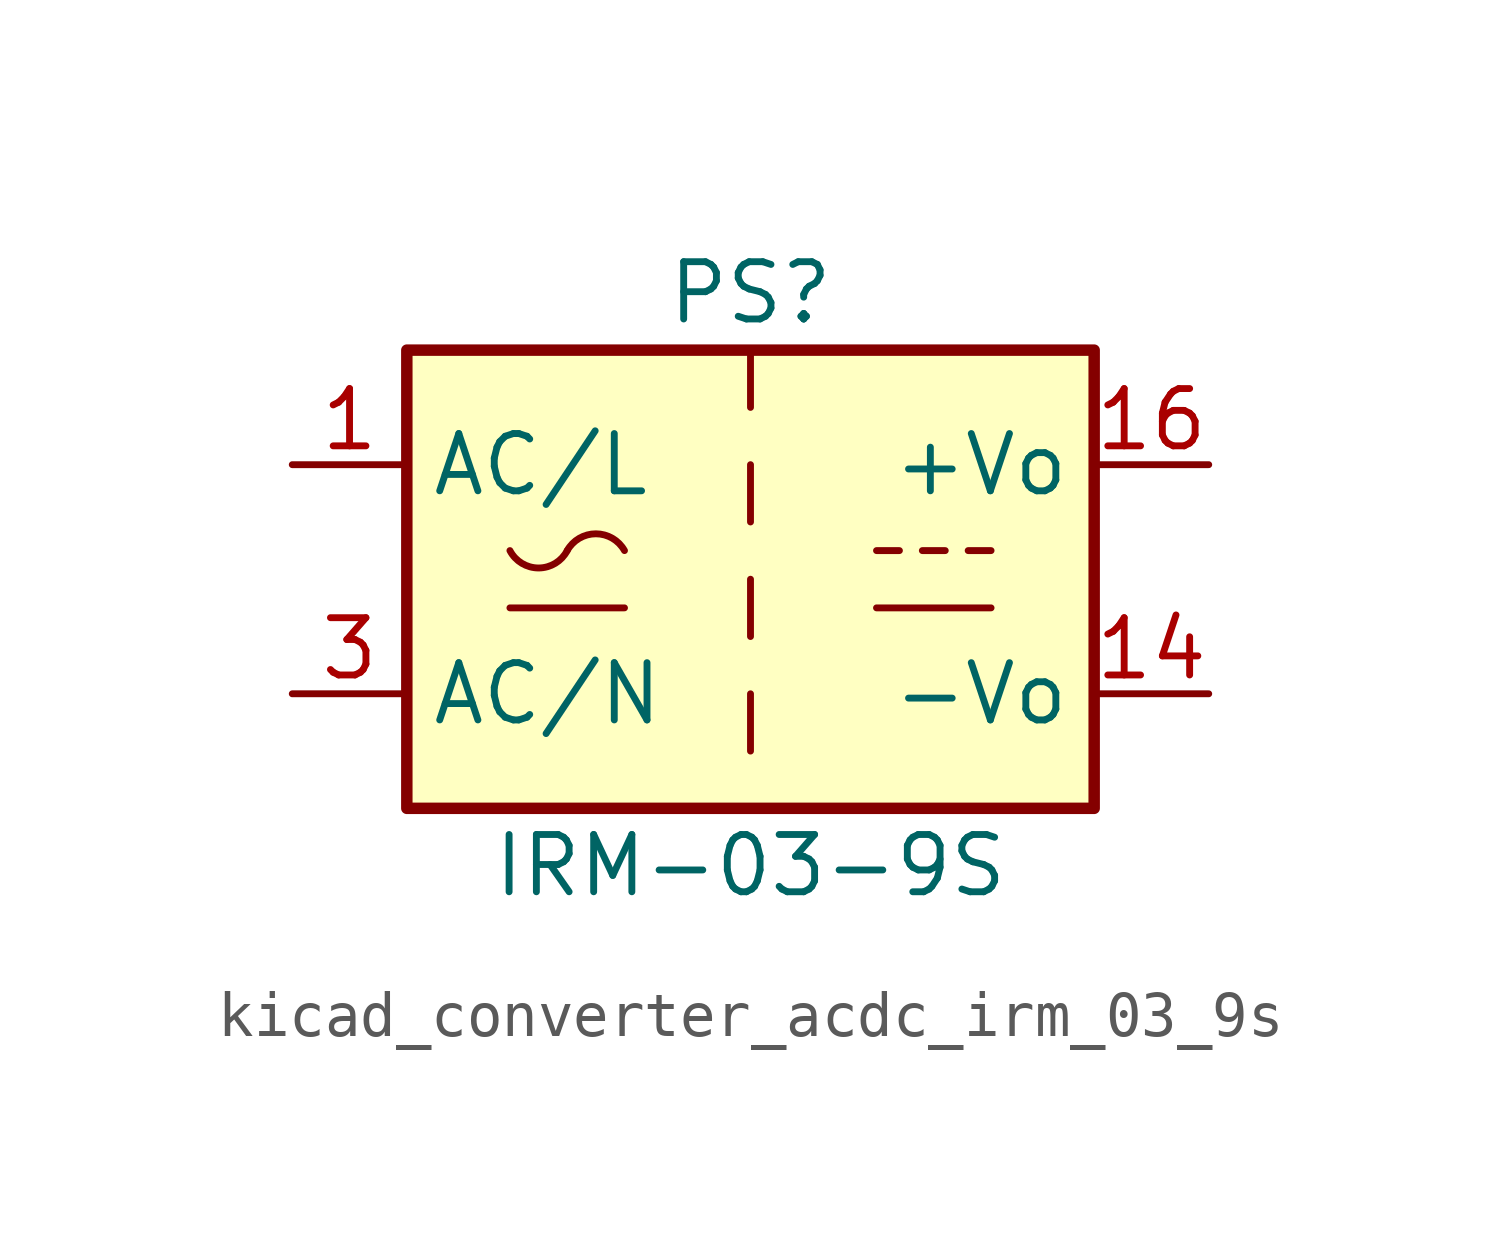
<source format=kicad_sym>
(kicad_symbol_lib
  (version 20220914)
  (generator kicad_symbol_editor)
  (symbol "kicad_converter_acdc_irm_03_9s"
    (property "Reference" "PS"
      (at 0 6.35 0)
      (effects (font (size 1.27 1.27))))
    (property "Value" "IRM-03-9S"
      (at 0 -6.35 0)
      (effects (font (size 1.27 1.27))))
    (symbol "kicad_converter_acdc_irm_03_9s_0_1"
      (rectangle (start -7.62 5.08) (end 7.62 -5.08) (stroke (width 0.254) (type default)) (fill (type background)))
      (arc (start -5.334 0.635) (mid -4.699 0.2495) (end -4.064 0.635) (stroke (width 0) (type default)) (fill (type none)))
      (arc (start -2.794 0.635) (mid -3.429 1.0072) (end -4.064 0.635) (stroke (width 0) (type default)) (fill (type none)))
      (polyline (pts (xy -5.334 -0.635) (xy -2.794 -0.635)) (stroke (width 0) (type default)) (fill (type none)))
      (polyline (pts (xy 0 -2.54) (xy 0 -3.81)) (stroke (width 0) (type default)) (fill (type none)))
      (polyline (pts (xy 0 0) (xy 0 -1.27)) (stroke (width 0) (type default)) (fill (type none)))
      (polyline (pts (xy 0 2.54) (xy 0 1.27)) (stroke (width 0) (type default)) (fill (type none)))
      (polyline (pts (xy 0 5.08) (xy 0 3.81)) (stroke (width 0) (type default)) (fill (type none)))
      (polyline (pts (xy 2.794 -0.635) (xy 5.334 -0.635)) (stroke (width 0) (type default)) (fill (type none)))
      (polyline (pts (xy 2.794 0.635) (xy 3.302 0.635)) (stroke (width 0) (type default)) (fill (type none)))
      (polyline (pts (xy 3.81 0.635) (xy 4.318 0.635)) (stroke (width 0) (type default)) (fill (type none)))
      (polyline (pts (xy 4.826 0.635) (xy 5.334 0.635)) (stroke (width 0) (type default)) (fill (type none))))
    (symbol "kicad_converter_acdc_irm_03_9s_1_1"
      (pin power_in line (at -10.16 2.54 0) (length 2.54) (name "AC/L" (effects (font (size 1.27 1.27)))) (number "1" (effects (font (size 1.27 1.27)))))
      (pin power_out line (at 10.16 -2.54 180) (length 2.54) (name "-Vo" (effects (font (size 1.27 1.27)))) (number "14" (effects (font (size 1.27 1.27)))))
      (pin power_out line (at 10.16 2.54 180) (length 2.54) (name "+Vo" (effects (font (size 1.27 1.27)))) (number "16" (effects (font (size 1.27 1.27)))))
      (pin power_in line (at -10.16 -2.54 0) (length 2.54) (name "AC/N" (effects (font (size 1.27 1.27)))) (number "3" (effects (font (size 1.27 1.27))))))))
</source>
